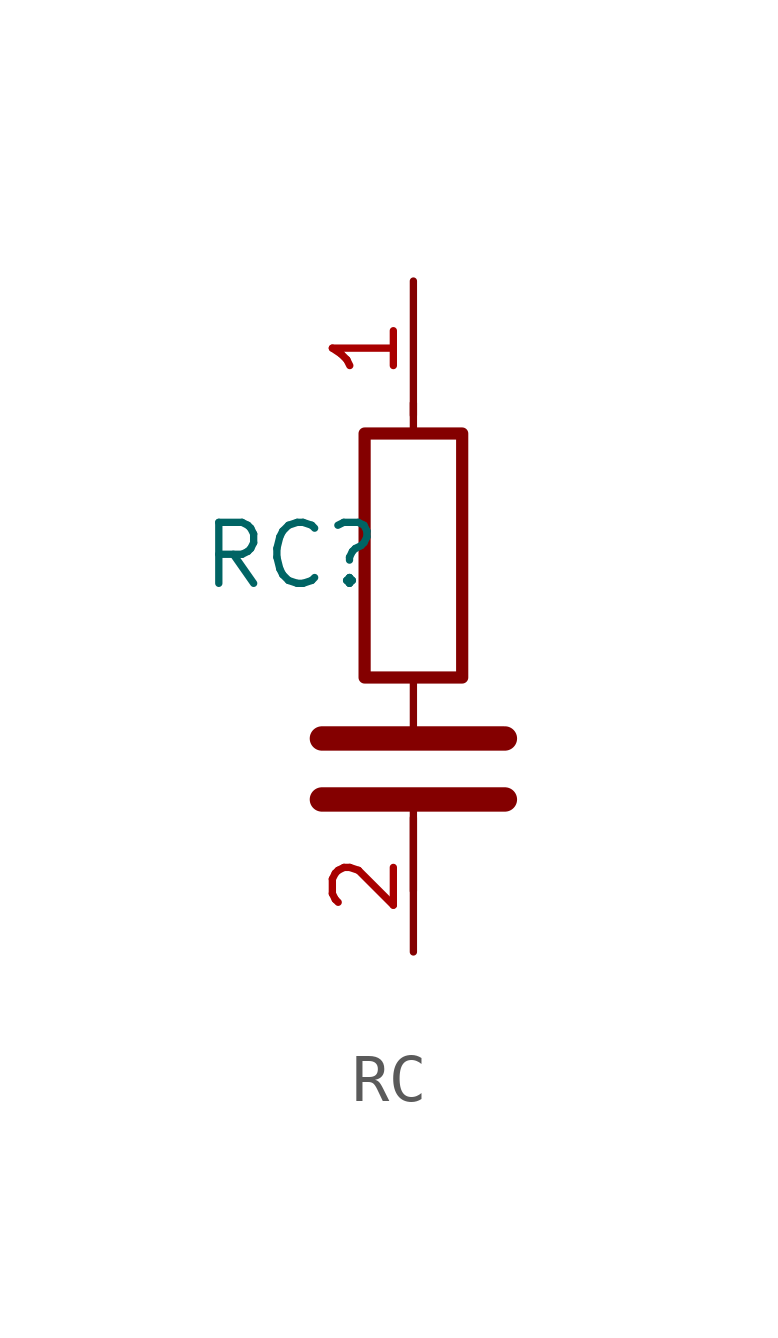
<source format=kicad_sym>
(kicad_symbol_lib
  (version 20231120)
  (generator "kicad_symbol_editor")
  (generator_version "8.0")
  (symbol "RC"
    (property "Reference" "RC"
      (at -2.54 0.635 0)
      (effects (font (size 1.27 1.27))))
    (property "Value" ""
      (at 2.667 -4.318 0)
      (effects (font (size 1.27 1.27))))
    (symbol "RC_0_1"
      (rectangle (start -1.016 3.175) (end 1.016 -1.905) (stroke (width 0.254) (type default)) (fill (type none)))
      (polyline (pts (xy -1.905 -4.445) (xy 1.905 -4.445)) (stroke (width 0.508) (type default)) (fill (type none)))
      (polyline (pts (xy -1.905 -3.175) (xy 1.905 -3.175)) (stroke (width 0.508) (type default)) (fill (type none)))
      (polyline (pts (xy 0 -6.35) (xy 0 -4.445)) (stroke (width 0) (type default)) (fill (type none)))
      (polyline (pts (xy 0 -3.175) (xy 0 -1.905)) (stroke (width 0) (type default)) (fill (type none)))
      (polyline (pts (xy 0 3.175) (xy 0 3.81)) (stroke (width 0) (type default)) (fill (type none))))
    (symbol "RC_1_1"
      (pin passive line (at 0 6.35 270) (length 2.794) (name "~" (effects (font (size 1.27 1.27)))) (number "1" (effects (font (size 1.27 1.27)))))
      (pin passive line (at 0 -7.62 90) (length 2.794) (name "~" (effects (font (size 1.27 1.27)))) (number "2" (effects (font (size 1.27 1.27))))))))
</source>
